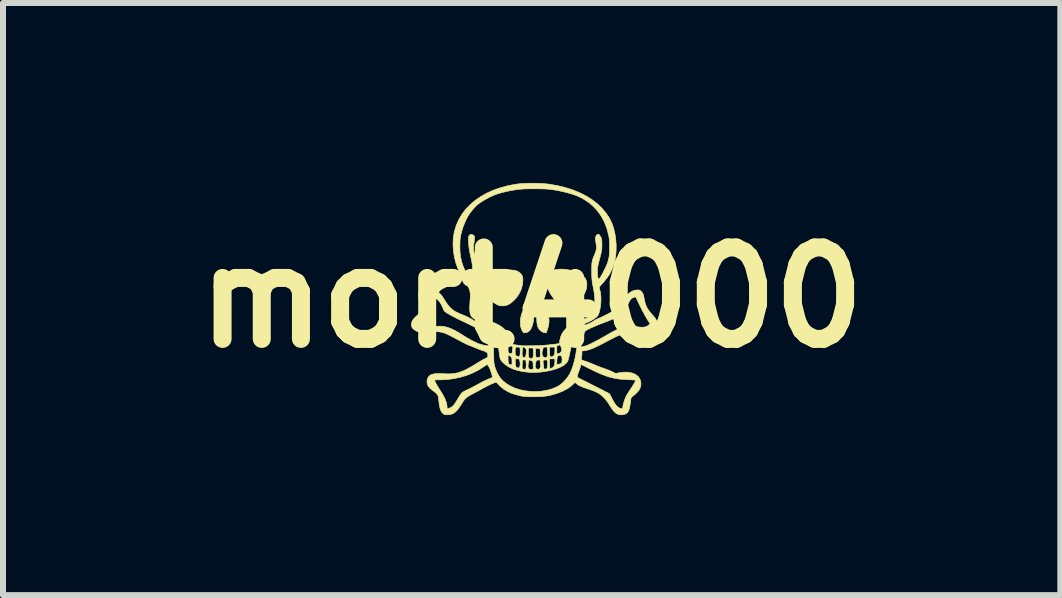
<source format=kicad_pcb>
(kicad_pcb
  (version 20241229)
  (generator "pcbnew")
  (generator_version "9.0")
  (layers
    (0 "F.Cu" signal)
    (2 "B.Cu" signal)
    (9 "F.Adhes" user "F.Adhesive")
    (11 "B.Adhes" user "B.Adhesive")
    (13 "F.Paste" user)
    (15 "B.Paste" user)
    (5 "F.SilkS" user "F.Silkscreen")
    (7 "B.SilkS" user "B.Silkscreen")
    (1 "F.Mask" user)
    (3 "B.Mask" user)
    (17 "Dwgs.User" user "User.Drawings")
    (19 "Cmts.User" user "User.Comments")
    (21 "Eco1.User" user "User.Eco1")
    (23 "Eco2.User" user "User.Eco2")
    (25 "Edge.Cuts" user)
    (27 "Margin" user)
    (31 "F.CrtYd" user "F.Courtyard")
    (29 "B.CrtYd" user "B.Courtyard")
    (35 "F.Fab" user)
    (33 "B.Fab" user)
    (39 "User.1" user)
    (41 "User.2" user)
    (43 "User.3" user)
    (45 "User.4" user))
  (footprint "mort4000"
    (layer "F.Cu")
    (at 5.813 1.91)
    (property "Reference" "mort4000" (at 0 0 0) (layer "F.SilkS") (effects (font (size 1.524 1.524) (thickness 0.3))))
    (attr through_hole)
    (fp_poly (pts (xy 0.004 0.039) (xy 0.011 0.051) (xy 0.016 0.07) (xy 0.021 0.099) (xy 0.026 0.139) (xy 0.031 0.19) (xy 0.032 0.202) (xy 0.036 0.278) (xy 0.034 0.347) (xy 0.026 0.41) (xy 0.012 0.464) (xy -0.006 0.51) (xy -0.029 0.546) (xy -0.058 0.571) (xy -0.06 0.572) (xy -0.086 0.584) (xy -0.11 0.588) (xy -0.131 0.586) (xy -0.141 0.58) (xy -0.149 0.568) (xy -0.16 0.549) (xy -0.169 0.53) (xy -0.184 0.483) (xy -0.19 0.43) (xy -0.188 0.371) (xy -0.177 0.31) (xy -0.158 0.248) (xy -0.131 0.186) (xy -0.123 0.172) (xy -0.099 0.132) (xy -0.072 0.096) (xy -0.046 0.065) (xy -0.021 0.044) (xy -0.012 0.038) (xy -0.003 0.035) (xy 0.004 0.039)) (stroke (width 0.01) (type solid)) (fill yes) (layer "F.SilkS"))
    (fp_poly (pts (xy 0.102 0.035) (xy 0.116 0.044) (xy 0.124 0.05) (xy 0.166 0.087) (xy 0.204 0.134) (xy 0.236 0.188) (xy 0.261 0.246) (xy 0.279 0.306) (xy 0.289 0.366) (xy 0.288 0.422) (xy 0.287 0.433) (xy 0.282 0.461) (xy 0.275 0.491) (xy 0.267 0.52) (xy 0.258 0.548) (xy 0.25 0.57) (xy 0.243 0.585) (xy 0.239 0.59) (xy 0.228 0.588) (xy 0.212 0.585) (xy 0.208 0.585) (xy 0.178 0.573) (xy 0.148 0.553) (xy 0.124 0.527) (xy 0.117 0.517) (xy 0.107 0.499) (xy 0.099 0.479) (xy 0.093 0.456) (xy 0.089 0.428) (xy 0.086 0.395) (xy 0.084 0.354) (xy 0.083 0.304) (xy 0.083 0.244) (xy 0.084 0.214) (xy 0.084 0.155) (xy 0.086 0.108) (xy 0.087 0.073) (xy 0.089 0.049) (xy 0.091 0.035) (xy 0.093 0.032) (xy 0.102 0.035)) (stroke (width 0.01) (type solid)) (fill yes) (layer "F.SilkS"))
    (fp_poly (pts (xy 0.526 -0.473) (xy 0.585 -0.467) (xy 0.642 -0.456) (xy 0.645 -0.455) (xy 0.709 -0.437) (xy 0.762 -0.416) (xy 0.807 -0.393) (xy 0.847 -0.366) (xy 0.848 -0.366) (xy 0.871 -0.346) (xy 0.887 -0.328) (xy 0.899 -0.308) (xy 0.908 -0.287) (xy 0.919 -0.241) (xy 0.919 -0.192) (xy 0.91 -0.14) (xy 0.891 -0.088) (xy 0.865 -0.038) (xy 0.831 0.01) (xy 0.791 0.053) (xy 0.746 0.09) (xy 0.696 0.119) (xy 0.682 0.126) (xy 0.65 0.136) (xy 0.612 0.142) (xy 0.575 0.143) (xy 0.544 0.14) (xy 0.544 0.139) (xy 0.509 0.127) (xy 0.472 0.109) (xy 0.437 0.086) (xy 0.427 0.078) (xy 0.391 0.044) (xy 0.356 0.001) (xy 0.322 -0.047) (xy 0.293 -0.098) (xy 0.27 -0.148) (xy 0.269 -0.15) (xy 0.25 -0.213) (xy 0.241 -0.27) (xy 0.243 -0.32) (xy 0.255 -0.364) (xy 0.278 -0.4) (xy 0.312 -0.43) (xy 0.356 -0.453) (xy 0.37 -0.458) (xy 0.415 -0.468) (xy 0.468 -0.473) (xy 0.526 -0.473)) (stroke (width 0.01) (type solid)) (fill yes) (layer "F.SilkS"))
    (fp_poly (pts (xy -0.342 -0.46) (xy -0.297 -0.455) (xy -0.26 -0.448) (xy -0.251 -0.444) (xy -0.215 -0.426) (xy -0.185 -0.401) (xy -0.163 -0.373) (xy -0.154 -0.351) (xy -0.147 -0.314) (xy -0.147 -0.268) (xy -0.153 -0.219) (xy -0.165 -0.168) (xy -0.181 -0.119) (xy -0.185 -0.111) (xy -0.206 -0.069) (xy -0.235 -0.025) (xy -0.267 0.017) (xy -0.301 0.053) (xy -0.314 0.065) (xy -0.356 0.098) (xy -0.396 0.121) (xy -0.434 0.134) (xy -0.473 0.139) (xy -0.479 0.139) (xy -0.505 0.138) (xy -0.527 0.136) (xy -0.541 0.134) (xy -0.572 0.121) (xy -0.608 0.101) (xy -0.644 0.076) (xy -0.678 0.048) (xy -0.679 0.046) (xy -0.725 -0.002) (xy -0.763 -0.054) (xy -0.791 -0.109) (xy -0.81 -0.163) (xy -0.818 -0.216) (xy -0.817 -0.249) (xy -0.806 -0.297) (xy -0.784 -0.338) (xy -0.751 -0.374) (xy -0.706 -0.405) (xy -0.65 -0.43) (xy -0.644 -0.432) (xy -0.603 -0.443) (xy -0.555 -0.452) (xy -0.502 -0.458) (xy -0.447 -0.462) (xy -0.393 -0.462) (xy -0.342 -0.46)) (stroke (width 0.01) (type solid)) (fill yes) (layer "F.SilkS"))
    (fp_poly (pts (xy 0.059 -1.905) (xy 0.144 -1.902) (xy 0.225 -1.897) (xy 0.289 -1.89) (xy 0.427 -1.866) (xy 0.558 -1.835) (xy 0.682 -1.796) (xy 0.797 -1.749) (xy 0.904 -1.695) (xy 1.002 -1.634) (xy 1.091 -1.566) (xy 1.169 -1.492) (xy 1.237 -1.412) (xy 1.295 -1.325) (xy 1.301 -1.314) (xy 1.337 -1.239) (xy 1.366 -1.155) (xy 1.388 -1.065) (xy 1.402 -0.97) (xy 1.409 -0.874) (xy 1.408 -0.779) (xy 1.4 -0.686) (xy 1.383 -0.598) (xy 1.369 -0.55) (xy 1.339 -0.47) (xy 1.303 -0.398) (xy 1.259 -0.331) (xy 1.206 -0.264) (xy 1.194 -0.251) (xy 1.167 -0.222) (xy 1.148 -0.2) (xy 1.136 -0.184) (xy 1.129 -0.172) (xy 1.127 -0.161) (xy 1.129 -0.149) (xy 1.134 -0.135) (xy 1.137 -0.126) (xy 1.146 -0.091) (xy 1.152 -0.047) (xy 1.155 0.002) (xy 1.155 0.055) (xy 1.152 0.107) (xy 1.146 0.155) (xy 1.143 0.171) (xy 1.134 0.214) (xy 1.126 0.247) (xy 1.118 0.271) (xy 1.11 0.29) (xy 1.099 0.306) (xy 1.085 0.321) (xy 1.077 0.328) (xy 1.041 0.356) (xy 0.996 0.383) (xy 0.947 0.408) (xy 0.913 0.421) (xy 0.89 0.431) (xy 0.875 0.441) (xy 0.869 0.449) (xy 0.873 0.455) (xy 0.887 0.457) (xy 0.905 0.454) (xy 0.93 0.445) (xy 0.959 0.433) (xy 0.989 0.418) (xy 1.017 0.402) (xy 1.035 0.391) (xy 1.059 0.375) (xy 1.088 0.36) (xy 1.108 0.351) (xy 1.129 0.342) (xy 1.158 0.329) (xy 1.191 0.313) (xy 1.226 0.296) (xy 1.237 0.29) (xy 1.273 0.272) (xy 1.311 0.252) (xy 1.347 0.234) (xy 1.376 0.22) (xy 1.381 0.217) (xy 1.407 0.204) (xy 1.429 0.192) (xy 1.445 0.183) (xy 1.45 0.179) (xy 1.457 0.17) (xy 1.468 0.151) (xy 1.481 0.126) (xy 1.496 0.097) (xy 1.5 0.089) (xy 1.516 0.055) (xy 1.53 0.03) (xy 1.543 0.01) (xy 1.558 -0.008) (xy 1.577 -0.028) (xy 1.589 -0.041) (xy 1.628 -0.075) (xy 1.663 -0.099) (xy 1.697 -0.115) (xy 1.733 -0.124) (xy 1.753 -0.126) (xy 1.777 -0.126) (xy 1.794 -0.124) (xy 1.808 -0.118) (xy 1.816 -0.113) (xy 1.84 -0.089) (xy 1.859 -0.055) (xy 1.871 -0.008) (xy 1.873 0.002) (xy 1.883 0.056) (xy 1.895 0.103) (xy 1.91 0.143) (xy 1.929 0.181) (xy 1.954 0.218) (xy 1.986 0.258) (xy 2.023 0.3) (xy 2.06 0.344) (xy 2.083 0.386) (xy 2.094 0.425) (xy 2.093 0.462) (xy 2.079 0.496) (xy 2.053 0.527) (xy 2.051 0.53) (xy 2.036 0.542) (xy 2.021 0.551) (xy 2.004 0.558) (xy 1.983 0.564) (xy 1.956 0.568) (xy 1.923 0.571) (xy 1.881 0.573) (xy 1.828 0.574) (xy 1.785 0.575) (xy 1.728 0.575) (xy 1.682 0.577) (xy 1.644 0.578) (xy 1.613 0.581) (xy 1.586 0.585) (xy 1.562 0.59) (xy 1.538 0.598) (xy 1.512 0.607) (xy 1.492 0.615) (xy 1.452 0.632) (xy 1.409 0.651) (xy 1.362 0.674) (xy 1.308 0.702) (xy 1.245 0.735) (xy 1.229 0.743) (xy 1.156 0.782) (xy 1.093 0.813) (xy 1.039 0.839) (xy 0.991 0.858) (xy 0.949 0.872) (xy 0.911 0.882) (xy 0.878 0.887) (xy 0.838 0.891) (xy 0.838 0.932) (xy 0.837 0.959) (xy 0.834 0.986) (xy 0.831 1.001) (xy 0.828 1.017) (xy 0.828 1.028) (xy 0.833 1.037) (xy 0.846 1.044) (xy 0.867 1.053) (xy 0.898 1.063) (xy 0.9 1.063) (xy 0.929 1.073) (xy 0.964 1.087) (xy 1.001 1.102) (xy 1.032 1.115) (xy 1.068 1.13) (xy 1.11 1.147) (xy 1.155 1.164) (xy 1.197 1.179) (xy 1.203 1.181) (xy 1.241 1.195) (xy 1.279 1.209) (xy 1.314 1.224) (xy 1.342 1.236) (xy 1.349 1.24) (xy 1.4 1.265) (xy 1.46 1.254) (xy 1.529 1.245) (xy 1.593 1.244) (xy 1.65 1.252) (xy 1.701 1.267) (xy 1.744 1.29) (xy 1.778 1.319) (xy 1.803 1.355) (xy 1.818 1.398) (xy 1.822 1.439) (xy 1.817 1.483) (xy 1.801 1.524) (xy 1.774 1.564) (xy 1.735 1.604) (xy 1.711 1.624) (xy 1.687 1.643) (xy 1.671 1.657) (xy 1.662 1.669) (xy 1.657 1.679) (xy 1.654 1.692) (xy 1.654 1.692) (xy 1.646 1.749) (xy 1.639 1.796) (xy 1.632 1.833) (xy 1.625 1.861) (xy 1.617 1.884) (xy 1.609 1.902) (xy 1.599 1.916) (xy 1.595 1.92) (xy 1.572 1.938) (xy 1.539 1.95) (xy 1.501 1.955) (xy 1.492 1.956) (xy 1.461 1.953) (xy 1.432 1.944) (xy 1.404 1.928) (xy 1.377 1.904) (xy 1.35 1.871) (xy 1.32 1.827) (xy 1.299 1.794) (xy 1.267 1.744) (xy 1.235 1.702) (xy 1.201 1.665) (xy 1.162 1.63) (xy 1.154 1.624) (xy 1.121 1.6) (xy 1.081 1.578) (xy 1.034 1.557) (xy 0.977 1.536) (xy 0.94 1.524) (xy 0.884 1.505) (xy 0.838 1.488) (xy 0.801 1.471) (xy 0.771 1.454) (xy 0.75 1.438) (xy 0.722 1.415) (xy 0.686 1.45) (xy 0.637 1.492) (xy 0.58 1.529) (xy 0.514 1.562) (xy 0.438 1.592) (xy 0.415 1.6) (xy 0.36 1.616) (xy 0.311 1.63) (xy 0.264 1.639) (xy 0.217 1.646) (xy 0.166 1.651) (xy 0.108 1.653) (xy 0.041 1.654) (xy 0.035 1.654) (xy -0.016 1.654) (xy -0.056 1.653) (xy -0.088 1.652) (xy -0.114 1.65) (xy -0.137 1.648) (xy -0.159 1.644) (xy -0.182 1.64) (xy -0.184 1.639) (xy -0.269 1.618) (xy -0.344 1.593) (xy -0.409 1.562) (xy -0.467 1.526) (xy -0.52 1.483) (xy -0.545 1.458) (xy -0.59 1.41) (xy -0.624 1.422) (xy -0.647 1.431) (xy -0.678 1.445) (xy -0.715 1.462) (xy -0.754 1.482) (xy -0.794 1.502) (xy -0.83 1.522) (xy -0.859 1.539) (xy -0.885 1.553) (xy -0.917 1.571) (xy -0.951 1.589) (xy -0.972 1.6) (xy -1.026 1.629) (xy -1.07 1.656) (xy -1.102 1.681) (xy -1.117 1.697) (xy -1.127 1.71) (xy -1.141 1.731) (xy -1.158 1.757) (xy -1.176 1.785) (xy -1.178 1.788) (xy -1.211 1.839) (xy -1.242 1.879) (xy -1.273 1.909) (xy -1.304 1.931) (xy -1.337 1.945) (xy -1.374 1.952) (xy -1.397 1.954) (xy -1.426 1.954) (xy -1.448 1.952) (xy -1.457 1.949) (xy -1.48 1.932) (xy -1.499 1.912) (xy -1.514 1.885) (xy -1.526 1.852) (xy -1.536 1.81) (xy -1.544 1.757) (xy -1.549 1.709) (xy -1.552 1.678) (xy -1.556 1.654) (xy -1.563 1.634) (xy -1.574 1.616) (xy -1.59 1.598) (xy -1.612 1.579) (xy -1.643 1.554) (xy -1.663 1.539) (xy -1.701 1.507) (xy -1.727 1.474) (xy -1.741 1.44) (xy -1.745 1.404) (xy -1.742 1.379) (xy -1.619 1.379) (xy -1.616 1.391) (xy -1.606 1.411) (xy -1.592 1.439) (xy -1.573 1.471) (xy -1.552 1.506) (xy -1.528 1.543) (xy -1.527 1.544) (xy -1.483 1.615) (xy -1.449 1.68) (xy -1.426 1.739) (xy -1.413 1.792) (xy -1.41 1.829) (xy -1.409 1.844) (xy -1.404 1.852) (xy -1.395 1.852) (xy -1.377 1.846) (xy -1.362 1.839) (xy -1.343 1.83) (xy -1.326 1.819) (xy -1.311 1.805) (xy -1.295 1.787) (xy -1.277 1.763) (xy -1.257 1.732) (xy -1.233 1.692) (xy -1.218 1.668) (xy -1.201 1.64) (xy -1.184 1.614) (xy -1.169 1.595) (xy -1.159 1.583) (xy -1.144 1.574) (xy -1.122 1.561) (xy -1.096 1.549) (xy -1.086 1.544) (xy -1.058 1.531) (xy -1.022 1.513) (xy -0.979 1.491) (xy -0.932 1.466) (xy -0.884 1.44) (xy -0.836 1.414) (xy -0.822 1.406) (xy -0.803 1.396) (xy -0.775 1.383) (xy -0.745 1.37) (xy -0.727 1.362) (xy -0.7 1.351) (xy -0.678 1.342) (xy -0.662 1.335) (xy -0.657 1.332) (xy -0.655 1.324) (xy -0.658 1.306) (xy -0.665 1.279) (xy -0.676 1.245) (xy -0.69 1.205) (xy -0.694 1.194) (xy -0.705 1.169) (xy -0.718 1.146) (xy -0.73 1.129) (xy -0.741 1.119) (xy -0.745 1.118) (xy -0.752 1.121) (xy -0.767 1.131) (xy -0.788 1.145) (xy -0.809 1.159) (xy -0.89 1.211) (xy -0.981 1.257) (xy -1.079 1.296) (xy -1.183 1.327) (xy -1.291 1.351) (xy -1.401 1.366) (xy -1.511 1.372) (xy -1.524 1.372) (xy -1.564 1.372) (xy -1.592 1.373) (xy -1.61 1.375) (xy -1.618 1.377) (xy -1.619 1.379) (xy -1.742 1.379) (xy -1.741 1.369) (xy -1.73 1.338) (xy -1.713 1.313) (xy -1.69 1.293) (xy -1.658 1.279) (xy -1.618 1.271) (xy -1.569 1.267) (xy -1.508 1.268) (xy -1.467 1.27) (xy -1.405 1.273) (xy -1.347 1.272) (xy -1.292 1.267) (xy -1.239 1.256) (xy -1.185 1.24) (xy -1.13 1.218) (xy -1.07 1.188) (xy -1.004 1.152) (xy -0.931 1.108) (xy -0.924 1.103) (xy -0.889 1.081) (xy -0.854 1.061) (xy -0.822 1.042) (xy -0.796 1.028) (xy -0.781 1.021) (xy -0.76 1.01) (xy -0.744 1.001) (xy -0.735 0.995) (xy -0.735 0.995) (xy -0.731 0.981) (xy -0.731 0.962) (xy -0.732 0.941) (xy -0.737 0.927) (xy -0.749 0.914) (xy -0.769 0.902) (xy -0.794 0.891) (xy -0.813 0.886) (xy -0.826 0.882) (xy -0.849 0.874) (xy -0.878 0.863) (xy -0.911 0.849) (xy -0.93 0.841) (xy -0.964 0.828) (xy -0.994 0.815) (xy -1.019 0.805) (xy -1.036 0.799) (xy -1.041 0.797) (xy -1.056 0.791) (xy -1.081 0.78) (xy -1.114 0.764) (xy -1.153 0.744) (xy -1.196 0.721) (xy -1.244 0.696) (xy -1.293 0.67) (xy -1.299 0.667) (xy -1.358 0.636) (xy -1.408 0.611) (xy -1.452 0.593) (xy -1.494 0.581) (xy -1.534 0.573) (xy -1.576 0.569) (xy -1.622 0.569) (xy -1.674 0.572) (xy -1.679 0.572) (xy -1.718 0.575) (xy -1.76 0.576) (xy -1.8 0.577) (xy -1.832 0.577) (xy -1.832 0.576) (xy -1.864 0.575) (xy -1.886 0.572) (xy -1.904 0.567) (xy -1.921 0.56) (xy -1.93 0.555) (xy -1.953 0.54) (xy -1.974 0.523) (xy -1.984 0.512) (xy -1.996 0.495) (xy -2.001 0.48) (xy -2.003 0.458) (xy -2.003 0.455) (xy -1.88 0.455) (xy -1.874 0.463) (xy -1.861 0.472) (xy -1.85 0.477) (xy -1.816 0.488) (xy -1.772 0.493) (xy -1.721 0.494) (xy -1.665 0.489) (xy -1.643 0.486) (xy -1.586 0.48) (xy -1.534 0.477) (xy -1.484 0.48) (xy -1.436 0.488) (xy -1.386 0.503) (xy -1.334 0.523) (xy -1.277 0.551) (xy -1.215 0.586) (xy -1.149 0.627) (xy -1.078 0.671) (xy -1.015 0.707) (xy -0.959 0.736) (xy -0.908 0.76) (xy -0.878 0.772) (xy -0.852 0.78) (xy -0.823 0.788) (xy -0.793 0.795) (xy -0.766 0.8) (xy -0.744 0.803) (xy -0.731 0.803) (xy -0.72 0.8) (xy -0.718 0.8) (xy -0.718 0.794) (xy -0.72 0.778) (xy -0.725 0.754) (xy -0.733 0.723) (xy -0.739 0.697) (xy -0.765 0.594) (xy -0.797 0.572) (xy -0.811 0.564) (xy -0.835 0.551) (xy -0.866 0.535) (xy -0.877 0.529) (xy -0.677 0.529) (xy -0.674 0.538) (xy -0.673 0.541) (xy -0.669 0.554) (xy -0.663 0.575) (xy -0.656 0.601) (xy -0.653 0.61) (xy -0.649 0.626) (xy -0.646 0.642) (xy -0.644 0.66) (xy -0.642 0.682) (xy -0.64 0.709) (xy -0.639 0.742) (xy -0.637 0.784) (xy -0.636 0.836) (xy -0.635 0.879) (xy -0.634 0.939) (xy -0.632 0.988) (xy -0.631 1.027) (xy -0.63 1.058) (xy -0.628 1.083) (xy -0.626 1.103) (xy -0.623 1.119) (xy -0.62 1.135) (xy -0.617 1.145) (xy -0.6 1.197) (xy -0.577 1.25) (xy -0.55 1.299) (xy -0.525 1.337) (xy -0.477 1.39) (xy -0.418 1.437) (xy -0.351 1.477) (xy -0.276 1.511) (xy -0.195 1.537) (xy -0.108 1.555) (xy -0.017 1.565) (xy 0.077 1.567) (xy 0.157 1.562) (xy 0.254 1.546) (xy 0.344 1.521) (xy 0.426 1.485) (xy 0.443 1.476) (xy 0.482 1.45) (xy 0.523 1.415) (xy 0.562 1.374) (xy 0.598 1.331) (xy 0.598 1.33) (xy 0.761 1.33) (xy 1.023 1.463) (xy 1.077 1.49) (xy 1.128 1.516) (xy 1.173 1.539) (xy 1.214 1.56) (xy 1.247 1.577) (xy 1.273 1.59) (xy 1.289 1.599) (xy 1.295 1.603) (xy 1.301 1.611) (xy 1.311 1.628) (xy 1.324 1.652) (xy 1.338 1.68) (xy 1.342 1.689) (xy 1.372 1.743) (xy 1.4 1.786) (xy 1.428 1.817) (xy 1.455 1.838) (xy 1.469 1.844) (xy 1.493 1.851) (xy 1.508 1.853) (xy 1.515 1.849) (xy 1.518 1.839) (xy 1.518 1.836) (xy 1.52 1.814) (xy 1.526 1.784) (xy 1.536 1.749) (xy 1.547 1.713) (xy 1.559 1.68) (xy 1.571 1.653) (xy 1.571 1.653) (xy 1.583 1.63) (xy 1.6 1.601) (xy 1.621 1.569) (xy 1.642 1.536) (xy 1.647 1.529) (xy 1.673 1.49) (xy 1.695 1.454) (xy 1.713 1.424) (xy 1.726 1.4) (xy 1.733 1.383) (xy 1.734 1.379) (xy 1.728 1.377) (xy 1.711 1.375) (xy 1.685 1.373) (xy 1.652 1.371) (xy 1.615 1.37) (xy 1.608 1.369) (xy 1.536 1.366) (xy 1.469 1.36) (xy 1.406 1.351) (xy 1.345 1.338) (xy 1.283 1.322) (xy 1.22 1.3) (xy 1.152 1.274) (xy 1.08 1.242) (xy 0.999 1.203) (xy 0.947 1.177) (xy 0.911 1.159) (xy 0.88 1.143) (xy 0.854 1.131) (xy 0.835 1.122) (xy 0.826 1.118) (xy 0.825 1.118) (xy 0.821 1.123) (xy 0.816 1.138) (xy 0.814 1.148) (xy 0.808 1.169) (xy 0.799 1.196) (xy 0.788 1.223) (xy 0.787 1.226) (xy 0.777 1.252) (xy 0.769 1.279) (xy 0.765 1.3) (xy 0.764 1.302) (xy 0.761 1.33) (xy 0.598 1.33) (xy 0.626 1.287) (xy 0.631 1.28) (xy 0.664 1.209) (xy 0.692 1.13) (xy 0.716 1.04) (xy 0.737 0.94) (xy 0.753 0.828) (xy 0.754 0.824) (xy 0.818 0.824) (xy 0.849 0.818) (xy 0.872 0.813) (xy 0.895 0.807) (xy 0.902 0.806) (xy 0.94 0.791) (xy 0.988 0.769) (xy 1.046 0.74) (xy 1.114 0.704) (xy 1.19 0.662) (xy 1.264 0.619) (xy 1.34 0.576) (xy 1.409 0.541) (xy 1.472 0.514) (xy 1.529 0.495) (xy 1.584 0.483) (xy 1.637 0.477) (xy 1.689 0.478) (xy 1.742 0.485) (xy 1.743 0.485) (xy 1.801 0.493) (xy 1.85 0.495) (xy 1.889 0.491) (xy 1.921 0.48) (xy 1.947 0.463) (xy 1.952 0.458) (xy 1.974 0.435) (xy 1.936 0.378) (xy 1.915 0.345) (xy 1.891 0.302) (xy 1.864 0.253) (xy 1.836 0.199) (xy 1.808 0.143) (xy 1.782 0.088) (xy 1.77 0.064) (xy 1.758 0.037) (xy 1.747 0.014) (xy 1.739 -0.001) (xy 1.735 -0.008) (xy 1.726 -0.009) (xy 1.71 -0.006) (xy 1.7 -0.003) (xy 1.674 0.01) (xy 1.651 0.03) (xy 1.631 0.06) (xy 1.612 0.099) (xy 1.604 0.119) (xy 1.587 0.161) (xy 1.572 0.193) (xy 1.557 0.219) (xy 1.539 0.24) (xy 1.517 0.261) (xy 1.506 0.27) (xy 1.475 0.294) (xy 1.435 0.317) (xy 1.388 0.342) (xy 1.331 0.368) (xy 1.263 0.396) (xy 1.185 0.426) (xy 1.135 0.445) (xy 1.085 0.465) (xy 1.038 0.485) (xy 0.994 0.504) (xy 0.956 0.522) (xy 0.925 0.538) (xy 0.903 0.551) (xy 0.891 0.56) (xy 0.89 0.56) (xy 0.885 0.571) (xy 0.876 0.592) (xy 0.867 0.62) (xy 0.856 0.652) (xy 0.846 0.686) (xy 0.836 0.72) (xy 0.828 0.75) (xy 0.823 0.775) (xy 0.821 0.788) (xy 0.818 0.824) (xy 0.754 0.824) (xy 0.759 0.784) (xy 0.762 0.749) (xy 0.765 0.71) (xy 0.769 0.67) (xy 0.771 0.63) (xy 0.774 0.592) (xy 0.775 0.558) (xy 0.776 0.531) (xy 0.776 0.513) (xy 0.775 0.504) (xy 0.775 0.504) (xy 0.77 0.507) (xy 0.761 0.518) (xy 0.758 0.522) (xy 0.742 0.549) (xy 0.726 0.588) (xy 0.708 0.639) (xy 0.689 0.703) (xy 0.669 0.779) (xy 0.648 0.867) (xy 0.638 0.914) (xy 0.628 0.961) (xy 0.619 0.998) (xy 0.612 1.026) (xy 0.606 1.047) (xy 0.599 1.063) (xy 0.592 1.075) (xy 0.583 1.086) (xy 0.573 1.097) (xy 0.568 1.102) (xy 0.533 1.13) (xy 0.486 1.157) (xy 0.43 1.181) (xy 0.367 1.202) (xy 0.298 1.219) (xy 0.224 1.233) (xy 0.148 1.243) (xy 0.071 1.248) (xy -0.005 1.248) (xy -0.059 1.245) (xy -0.156 1.233) (xy -0.242 1.214) (xy -0.318 1.189) (xy -0.385 1.155) (xy -0.444 1.115) (xy -0.476 1.086) (xy -0.496 1.066) (xy -0.51 1.048) (xy -0.52 1.03) (xy -0.525 1.016) (xy -0.393 1.016) (xy -0.393 1.033) (xy -0.391 1.068) (xy -0.387 1.092) (xy -0.381 1.107) (xy -0.371 1.115) (xy -0.357 1.117) (xy -0.35 1.116) (xy -0.327 1.114) (xy -0.328 1.062) (xy -0.329 1.033) (xy -0.33 1.022) (xy -0.273 1.022) (xy -0.273 1.077) (xy -0.271 1.118) (xy -0.264 1.147) (xy -0.253 1.165) (xy -0.243 1.17) (xy -0.223 1.174) (xy -0.21 1.169) (xy -0.2 1.156) (xy -0.199 1.155) (xy -0.198 1.149) (xy -0.159 1.149) (xy -0.158 1.168) (xy -0.154 1.18) (xy -0.147 1.188) (xy -0.145 1.19) (xy -0.131 1.197) (xy -0.122 1.197) (xy -0.111 1.194) (xy -0.108 1.194) (xy -0.1 1.188) (xy -0.094 1.171) (xy -0.092 1.155) (xy -0.06 1.155) (xy -0.06 1.157) (xy -0.05 1.182) (xy -0.033 1.196) (xy -0.009 1.199) (xy -0.005 1.198) (xy 0.012 1.195) (xy 0.022 1.193) (xy 0.023 1.192) (xy 0.025 1.184) (xy 0.026 1.167) (xy 0.026 1.144) (xy 0.026 1.137) (xy 0.059 1.137) (xy 0.063 1.165) (xy 0.073 1.184) (xy 0.082 1.19) (xy 0.102 1.199) (xy 0.117 1.197) (xy 0.131 1.186) (xy 0.142 1.172) (xy 0.148 1.158) (xy 0.15 1.141) (xy 0.148 1.116) (xy 0.145 1.095) (xy 0.139 1.05) (xy 0.189 1.05) (xy 0.193 1.098) (xy 0.197 1.135) (xy 0.199 1.16) (xy 0.203 1.177) (xy 0.207 1.187) (xy 0.212 1.192) (xy 0.22 1.194) (xy 0.225 1.194) (xy 0.242 1.191) (xy 0.254 1.185) (xy 0.254 1.185) (xy 0.259 1.172) (xy 0.263 1.15) (xy 0.266 1.123) (xy 0.266 1.096) (xy 0.264 1.071) (xy 0.26 1.053) (xy 0.254 1.044) (xy 0.244 1.04) (xy 0.243 1.04) (xy 0.225 1.039) (xy 0.208 1.043) (xy 0.189 1.05) (xy 0.139 1.05) (xy 0.138 1.041) (xy 0.111 1.041) (xy 0.095 1.043) (xy 0.084 1.049) (xy 0.075 1.061) (xy 0.068 1.082) (xy 0.063 1.104) (xy 0.059 1.137) (xy 0.026 1.137) (xy 0.025 1.119) (xy 0.024 1.097) (xy 0.022 1.079) (xy 0.02 1.073) (xy 0.008 1.058) (xy -0.012 1.048) (xy -0.029 1.043) (xy -0.04 1.042) (xy -0.041 1.043) (xy -0.046 1.052) (xy -0.05 1.07) (xy -0.055 1.094) (xy -0.058 1.118) (xy -0.06 1.14) (xy -0.06 1.155) (xy -0.092 1.155) (xy -0.091 1.145) (xy -0.091 1.112) (xy -0.092 1.099) (xy -0.097 1.041) (xy -0.151 1.041) (xy -0.155 1.084) (xy -0.158 1.122) (xy -0.159 1.149) (xy -0.198 1.149) (xy -0.194 1.134) (xy -0.192 1.106) (xy -0.194 1.076) (xy -0.2 1.048) (xy -0.202 1.04) (xy -0.208 1.029) (xy -0.216 1.024) (xy -0.231 1.022) (xy -0.241 1.022) (xy 0.298 1.022) (xy 0.298 1.097) (xy 0.299 1.127) (xy 0.3 1.152) (xy 0.301 1.17) (xy 0.303 1.177) (xy 0.313 1.179) (xy 0.329 1.177) (xy 0.346 1.171) (xy 0.358 1.163) (xy 0.375 1.141) (xy 0.384 1.108) (xy 0.386 1.084) (xy 0.419 1.084) (xy 0.42 1.103) (xy 0.423 1.115) (xy 0.426 1.118) (xy 0.436 1.116) (xy 0.454 1.111) (xy 0.467 1.107) (xy 0.5 1.097) (xy 0.505 1.063) (xy 0.507 1.027) (xy 0.504 0.997) (xy 0.497 0.976) (xy 0.485 0.965) (xy 0.464 0.963) (xy 0.442 0.971) (xy 0.432 0.981) (xy 0.427 0.992) (xy 0.424 1.011) (xy 0.421 1.035) (xy 0.419 1.06) (xy 0.419 1.084) (xy 0.386 1.084) (xy 0.387 1.067) (xy 0.387 1.022) (xy 0.298 1.022) (xy -0.241 1.022) (xy -0.273 1.022) (xy -0.33 1.022) (xy -0.331 1.013) (xy -0.336 0.999) (xy -0.341 0.992) (xy -0.355 0.977) (xy -0.371 0.966) (xy -0.384 0.963) (xy -0.389 0.965) (xy -0.392 0.973) (xy -0.393 0.991) (xy -0.393 1.016) (xy -0.525 1.016) (xy -0.528 1.008) (xy -0.533 0.98) (xy -0.538 0.944) (xy -0.54 0.924) (xy -0.552 0.841) (xy -0.554 0.834) (xy -0.394 0.834) (xy -0.393 0.86) (xy -0.393 0.884) (xy -0.391 0.904) (xy -0.39 0.917) (xy -0.389 0.919) (xy -0.38 0.925) (xy -0.364 0.931) (xy -0.347 0.936) (xy -0.334 0.937) (xy -0.333 0.937) (xy -0.33 0.931) (xy -0.326 0.914) (xy -0.323 0.898) (xy -0.275 0.898) (xy -0.274 0.925) (xy -0.273 0.944) (xy -0.27 0.955) (xy -0.264 0.963) (xy -0.257 0.97) (xy -0.238 0.982) (xy -0.219 0.984) (xy -0.204 0.978) (xy -0.197 0.968) (xy -0.193 0.952) (xy -0.193 0.944) (xy -0.159 0.944) (xy -0.157 0.967) (xy -0.153 0.983) (xy -0.146 0.992) (xy -0.144 0.994) (xy -0.127 1.001) (xy -0.113 0.997) (xy -0.102 0.982) (xy -0.096 0.963) (xy -0.092 0.936) (xy -0.09 0.907) (xy -0.089 0.881) (xy -0.091 0.867) (xy -0.101 0.847) (xy -0.107 0.841) (xy -0.054 0.841) (xy -0.054 0.915) (xy -0.054 0.948) (xy -0.053 0.97) (xy -0.051 0.984) (xy -0.048 0.994) (xy -0.042 1.002) (xy -0.039 1.006) (xy -0.02 1.02) (xy -0.002 1.021) (xy 0.014 1.01) (xy 0.017 1.005) (xy 0.024 0.989) (xy 0.028 0.963) (xy 0.029 0.94) (xy 0.064 0.94) (xy 0.066 0.968) (xy 0.072 0.987) (xy 0.081 0.998) (xy 0.094 1.001) (xy 0.111 0.999) (xy 0.125 0.997) (xy 0.131 0.997) (xy 0.139 0.991) (xy 0.143 0.973) (xy 0.144 0.943) (xy 0.144 0.932) (xy 0.172 0.932) (xy 0.177 0.959) (xy 0.18 0.968) (xy 0.194 0.99) (xy 0.213 1) (xy 0.232 1.002) (xy 0.249 0.996) (xy 0.259 0.982) (xy 0.263 0.97) (xy 0.265 0.952) (xy 0.265 0.926) (xy 0.263 0.895) (xy 0.259 0.826) (xy 0.298 0.826) (xy 0.298 0.898) (xy 0.299 0.932) (xy 0.3 0.955) (xy 0.303 0.97) (xy 0.307 0.978) (xy 0.308 0.981) (xy 0.322 0.989) (xy 0.338 0.989) (xy 0.351 0.984) (xy 0.368 0.97) (xy 0.38 0.947) (xy 0.386 0.913) (xy 0.387 0.879) (xy 0.387 0.826) (xy 0.298 0.826) (xy 0.259 0.826) (xy 0.198 0.826) (xy 0.185 0.865) (xy 0.175 0.902) (xy 0.172 0.932) (xy 0.144 0.932) (xy 0.143 0.905) (xy 0.138 0.848) (xy 0.102 0.848) (xy 0.066 0.847) (xy 0.064 0.9) (xy 0.064 0.94) (xy 0.029 0.94) (xy 0.03 0.932) (xy 0.029 0.899) (xy 0.026 0.868) (xy 0.026 0.867) (xy 0.022 0.841) (xy -0.054 0.841) (xy -0.107 0.841) (xy -0.117 0.831) (xy -0.135 0.826) (xy -0.136 0.826) (xy -0.144 0.827) (xy -0.149 0.831) (xy -0.152 0.843) (xy -0.154 0.864) (xy -0.155 0.868) (xy -0.158 0.912) (xy -0.159 0.944) (xy -0.193 0.944) (xy -0.191 0.927) (xy -0.191 0.899) (xy -0.192 0.871) (xy -0.194 0.848) (xy -0.194 0.845) (xy -0.198 0.834) (xy -0.203 0.828) (xy -0.215 0.826) (xy -0.232 0.826) (xy -0.252 0.827) (xy -0.266 0.83) (xy -0.27 0.833) (xy -0.272 0.842) (xy -0.274 0.861) (xy -0.275 0.886) (xy -0.275 0.898) (xy -0.323 0.898) (xy -0.322 0.892) (xy -0.32 0.882) (xy -0.317 0.857) (xy -0.316 0.837) (xy -0.315 0.826) (xy -0.316 0.824) (xy -0.322 0.819) (xy -0.336 0.81) (xy -0.339 0.808) (xy 0.419 0.808) (xy 0.419 0.874) (xy 0.419 0.905) (xy 0.421 0.926) (xy 0.425 0.937) (xy 0.433 0.94) (xy 0.445 0.937) (xy 0.46 0.931) (xy 0.483 0.915) (xy 0.496 0.892) (xy 0.501 0.865) (xy 0.495 0.835) (xy 0.486 0.815) (xy 0.47 0.788) (xy 0.445 0.798) (xy 0.419 0.808) (xy -0.339 0.808) (xy -0.354 0.801) (xy -0.371 0.792) (xy -0.384 0.787) (xy -0.39 0.786) (xy -0.392 0.794) (xy -0.393 0.811) (xy -0.394 0.834) (xy -0.554 0.834) (xy -0.572 0.76) (xy -0.6 0.677) (xy -0.602 0.67) (xy -0.623 0.618) (xy -0.641 0.578) (xy -0.655 0.549) (xy -0.666 0.533) (xy -0.672 0.529) (xy -0.677 0.529) (xy -0.877 0.529) (xy -0.904 0.515) (xy -0.946 0.494) (xy -0.99 0.472) (xy -1.036 0.45) (xy -1.08 0.428) (xy -1.122 0.408) (xy -1.146 0.397) (xy -1.206 0.369) (xy -1.263 0.34) (xy -1.315 0.313) (xy -1.361 0.288) (xy -1.4 0.265) (xy -1.43 0.246) (xy -1.45 0.23) (xy -1.455 0.225) (xy -1.463 0.213) (xy -1.472 0.193) (xy -1.483 0.17) (xy -1.483 0.168) (xy -1.506 0.119) (xy -1.532 0.076) (xy -1.561 0.042) (xy -1.59 0.019) (xy -1.592 0.018) (xy -1.61 0.007) (xy -1.624 -0.002) (xy -1.629 -0.007) (xy -1.638 -0.011) (xy -1.648 -0.013) (xy -1.656 -0.012) (xy -1.661 -0.01) (xy -1.665 -0.002) (xy -1.669 0.012) (xy -1.673 0.034) (xy -1.676 0.055) (xy -1.684 0.093) (xy -1.696 0.131) (xy -1.712 0.17) (xy -1.733 0.213) (xy -1.76 0.261) (xy -1.794 0.316) (xy -1.822 0.359) (xy -1.842 0.389) (xy -1.858 0.415) (xy -1.871 0.436) (xy -1.878 0.45) (xy -1.88 0.455) (xy -2.003 0.455) (xy -2.003 0.452) (xy -2.002 0.428) (xy -1.997 0.406) (xy -1.987 0.384) (xy -1.972 0.361) (xy -1.949 0.336) (xy -1.919 0.307) (xy -1.881 0.272) (xy -1.867 0.261) (xy -1.838 0.233) (xy -1.819 0.206) (xy -1.808 0.177) (xy -1.804 0.142) (xy -1.803 0.13) (xy -1.8 0.074) (xy -1.792 0.023) (xy -1.779 -0.02) (xy -1.762 -0.055) (xy -1.751 -0.069) (xy -1.723 -0.09) (xy -1.687 -0.105) (xy -1.651 -0.113) (xy -1.611 -0.111) (xy -1.573 -0.098) (xy -1.538 -0.074) (xy -1.503 -0.037) (xy -1.469 0.011) (xy -1.464 0.021) (xy -1.428 0.079) (xy -1.393 0.127) (xy -1.359 0.167) (xy -1.322 0.2) (xy -1.28 0.229) (xy -1.232 0.254) (xy -1.176 0.279) (xy -1.173 0.28) (xy -1.127 0.298) (xy -1.091 0.314) (xy -1.061 0.328) (xy -1.034 0.342) (xy -1.007 0.357) (xy -0.985 0.371) (xy -0.938 0.4) (xy -0.897 0.423) (xy -0.864 0.439) (xy -0.838 0.449) (xy -0.822 0.451) (xy -0.814 0.446) (xy -0.814 0.44) (xy -0.821 0.432) (xy -0.838 0.42) (xy -0.865 0.404) (xy -0.901 0.385) (xy -0.901 0.384) (xy -0.937 0.365) (xy -0.963 0.35) (xy -0.981 0.338) (xy -0.995 0.327) (xy -1.004 0.315) (xy -1.005 0.314) (xy -1.019 0.286) (xy -1.028 0.251) (xy -1.033 0.206) (xy -1.033 0.151) (xy -1.03 0.092) (xy -1.027 0.056) (xy -1.025 0.02) (xy -1.023 -0.012) (xy -1.022 -0.035) (xy -1.022 -0.037) (xy -1.025 -0.08) (xy -1.034 -0.123) (xy -1.051 -0.167) (xy -1.075 -0.214) (xy -1.107 -0.267) (xy -1.133 -0.305) (xy -1.186 -0.39) (xy -1.23 -0.482) (xy -1.265 -0.58) (xy -1.29 -0.682) (xy -1.306 -0.787) (xy -1.31 -0.864) (xy -1.197 -0.864) (xy -1.195 -0.77) (xy -1.186 -0.684) (xy -1.169 -0.603) (xy -1.143 -0.524) (xy -1.12 -0.471) (xy -1.105 -0.441) (xy -1.086 -0.408) (xy -1.066 -0.376) (xy -1.046 -0.347) (xy -1.028 -0.323) (xy -1.013 -0.307) (xy -1.009 -0.305) (xy -0.992 -0.292) (xy -0.987 -0.403) (xy -0.986 -0.436) (xy -0.985 -0.463) (xy -0.985 -0.487) (xy -0.986 -0.509) (xy -0.988 -0.532) (xy -0.991 -0.557) (xy -0.996 -0.586) (xy -1.003 -0.622) (xy -1.013 -0.666) (xy -1.024 -0.72) (xy -1.026 -0.727) (xy -1.036 -0.779) (xy -1.043 -0.824) (xy -1.048 -0.865) (xy -1.051 -0.908) (xy -1.052 -0.924) (xy -1.053 -0.96) (xy -1.053 -0.985) (xy -1.052 -1.003) (xy -1.05 -1.016) (xy -1.047 -1.025) (xy -1.042 -1.033) (xy -1.027 -1.049) (xy -1.008 -1.054) (xy -0.985 -1.047) (xy -0.974 -1.041) (xy -0.962 -1.032) (xy -0.955 -1.023) (xy -0.953 -1.01) (xy -0.953 -0.992) (xy -0.954 -0.969) (xy -0.957 -0.938) (xy -0.962 -0.907) (xy -0.963 -0.902) (xy -0.969 -0.86) (xy -0.97 -0.821) (xy -0.966 -0.783) (xy -0.956 -0.743) (xy -0.939 -0.695) (xy -0.937 -0.691) (xy -0.919 -0.642) (xy -0.905 -0.596) (xy -0.894 -0.552) (xy -0.888 -0.507) (xy -0.884 -0.46) (xy -0.885 -0.409) (xy -0.889 -0.352) (xy -0.896 -0.289) (xy -0.907 -0.215) (xy -0.918 -0.152) (xy -0.932 -0.059) (xy -0.941 0.022) (xy -0.945 0.091) (xy -0.943 0.149) (xy -0.936 0.195) (xy -0.935 0.201) (xy -0.919 0.248) (xy -0.899 0.285) (xy -0.873 0.314) (xy -0.839 0.337) (xy -0.795 0.356) (xy -0.789 0.358) (xy -0.715 0.385) (xy -0.652 0.41) (xy -0.599 0.433) (xy -0.554 0.455) (xy -0.517 0.477) (xy -0.485 0.5) (xy -0.459 0.523) (xy -0.436 0.548) (xy -0.431 0.554) (xy -0.404 0.594) (xy -0.384 0.637) (xy -0.369 0.688) (xy -0.364 0.712) (xy -0.358 0.739) (xy -0.354 0.756) (xy -0.349 0.766) (xy -0.342 0.771) (xy -0.334 0.775) (xy -0.3 0.783) (xy -0.257 0.791) (xy -0.208 0.797) (xy -0.203 0.797) (xy -0.18 0.8) (xy -0.162 0.802) (xy -0.153 0.804) (xy -0.153 0.804) (xy -0.146 0.805) (xy -0.128 0.805) (xy -0.102 0.805) (xy -0.069 0.805) (xy -0.031 0.804) (xy 0.01 0.804) (xy 0.051 0.803) (xy 0.091 0.802) (xy 0.128 0.8) (xy 0.159 0.799) (xy 0.184 0.798) (xy 0.194 0.797) (xy 0.267 0.791) (xy 0.329 0.784) (xy 0.381 0.778) (xy 0.413 0.774) (xy 0.461 0.767) (xy 0.469 0.715) (xy 0.482 0.659) (xy 0.503 0.608) (xy 0.532 0.562) (xy 0.571 0.519) (xy 0.619 0.481) (xy 0.679 0.444) (xy 0.75 0.41) (xy 0.8 0.39) (xy 0.866 0.363) (xy 0.92 0.339) (xy 0.961 0.318) (xy 0.99 0.299) (xy 1.006 0.283) (xy 1.023 0.252) (xy 1.037 0.21) (xy 1.046 0.159) (xy 1.052 0.103) (xy 1.053 0.041) (xy 1.049 -0.023) (xy 1.041 -0.088) (xy 1.036 -0.117) (xy 1.025 -0.175) (xy 1.016 -0.223) (xy 1.01 -0.264) (xy 1.005 -0.302) (xy 1.003 -0.34) (xy 1.001 -0.38) (xy 1.001 -0.425) (xy 1.001 -0.454) (xy 1.001 -0.502) (xy 1.002 -0.54) (xy 1.004 -0.571) (xy 1.008 -0.598) (xy 1.014 -0.625) (xy 1.023 -0.653) (xy 1.036 -0.685) (xy 1.052 -0.726) (xy 1.057 -0.737) (xy 1.068 -0.767) (xy 1.076 -0.796) (xy 1.079 -0.824) (xy 1.078 -0.856) (xy 1.074 -0.895) (xy 1.069 -0.927) (xy 1.064 -0.957) (xy 1.062 -0.977) (xy 1.062 -0.991) (xy 1.064 -1.004) (xy 1.069 -1.018) (xy 1.069 -1.018) (xy 1.08 -1.039) (xy 1.093 -1.051) (xy 1.099 -1.053) (xy 1.111 -1.056) (xy 1.12 -1.054) (xy 1.129 -1.044) (xy 1.136 -1.034) (xy 1.15 -1.014) (xy 1.16 -0.993) (xy 1.166 -0.971) (xy 1.17 -0.943) (xy 1.171 -0.908) (xy 1.171 -0.879) (xy 1.171 -0.847) (xy 1.17 -0.819) (xy 1.167 -0.792) (xy 1.162 -0.763) (xy 1.155 -0.731) (xy 1.145 -0.691) (xy 1.132 -0.643) (xy 1.13 -0.635) (xy 1.118 -0.589) (xy 1.109 -0.552) (xy 1.103 -0.522) (xy 1.099 -0.495) (xy 1.096 -0.469) (xy 1.095 -0.441) (xy 1.095 -0.425) (xy 1.096 -0.389) (xy 1.098 -0.363) (xy 1.101 -0.343) (xy 1.107 -0.328) (xy 1.107 -0.327) (xy 1.118 -0.302) (xy 1.137 -0.324) (xy 1.145 -0.337) (xy 1.158 -0.359) (xy 1.175 -0.387) (xy 1.192 -0.421) (xy 1.209 -0.454) (xy 1.231 -0.498) (xy 1.247 -0.534) (xy 1.26 -0.566) (xy 1.27 -0.595) (xy 1.278 -0.625) (xy 1.281 -0.635) (xy 1.287 -0.661) (xy 1.291 -0.683) (xy 1.294 -0.704) (xy 1.296 -0.727) (xy 1.298 -0.754) (xy 1.298 -0.788) (xy 1.298 -0.832) (xy 1.298 -0.838) (xy 1.298 -0.885) (xy 1.297 -0.922) (xy 1.296 -0.951) (xy 1.293 -0.978) (xy 1.29 -1.003) (xy 1.285 -1.03) (xy 1.28 -1.05) (xy 1.252 -1.157) (xy 1.214 -1.256) (xy 1.165 -1.348) (xy 1.107 -1.432) (xy 1.04 -1.508) (xy 0.963 -1.576) (xy 0.878 -1.634) (xy 0.826 -1.663) (xy 0.764 -1.692) (xy 0.691 -1.719) (xy 0.61 -1.743) (xy 0.524 -1.765) (xy 0.435 -1.784) (xy 0.346 -1.798) (xy 0.26 -1.808) (xy 0.257 -1.808) (xy 0.229 -1.81) (xy 0.19 -1.811) (xy 0.144 -1.812) (xy 0.093 -1.813) (xy 0.04 -1.813) (xy -0.013 -1.813) (xy -0.063 -1.812) (xy -0.107 -1.811) (xy -0.143 -1.81) (xy -0.162 -1.808) (xy -0.241 -1.8) (xy -0.326 -1.787) (xy -0.412 -1.77) (xy -0.495 -1.75) (xy -0.569 -1.728) (xy -0.572 -1.727) (xy -0.634 -1.704) (xy -0.698 -1.675) (xy -0.762 -1.641) (xy -0.823 -1.605) (xy -0.877 -1.568) (xy -0.922 -1.532) (xy -0.929 -1.525) (xy -0.953 -1.5) (xy -0.98 -1.469) (xy -1.008 -1.435) (xy -1.033 -1.401) (xy -1.05 -1.377) (xy -1.083 -1.318) (xy -1.114 -1.251) (xy -1.142 -1.181) (xy -1.164 -1.111) (xy -1.178 -1.056) (xy -1.183 -1.03) (xy -1.187 -1.006) (xy -1.191 -0.989) (xy -1.191 -0.987) (xy -1.193 -0.975) (xy -1.194 -0.952) (xy -1.195 -0.922) (xy -1.196 -0.887) (xy -1.197 -0.864) (xy -1.31 -0.864) (xy -1.311 -0.891) (xy -1.306 -0.994) (xy -1.29 -1.093) (xy -1.286 -1.108) (xy -1.256 -1.207) (xy -1.214 -1.301) (xy -1.161 -1.39) (xy -1.098 -1.473) (xy -1.024 -1.549) (xy -0.941 -1.62) (xy -0.849 -1.683) (xy -0.749 -1.74) (xy -0.64 -1.789) (xy -0.523 -1.83) (xy -0.399 -1.864) (xy -0.269 -1.888) (xy -0.26 -1.89) (xy -0.191 -1.898) (xy -0.112 -1.903) (xy -0.028 -1.905) (xy 0.059 -1.905)) (stroke (width 0.01) (type solid)) (fill yes) (layer "F.SilkS")))
  (gr_rect
    (start -3 -3)
    (end 14.626 6.871)
    (stroke (width 0.1) (type default))
    (fill no)
    (layer "Edge.Cuts")))
</source>
